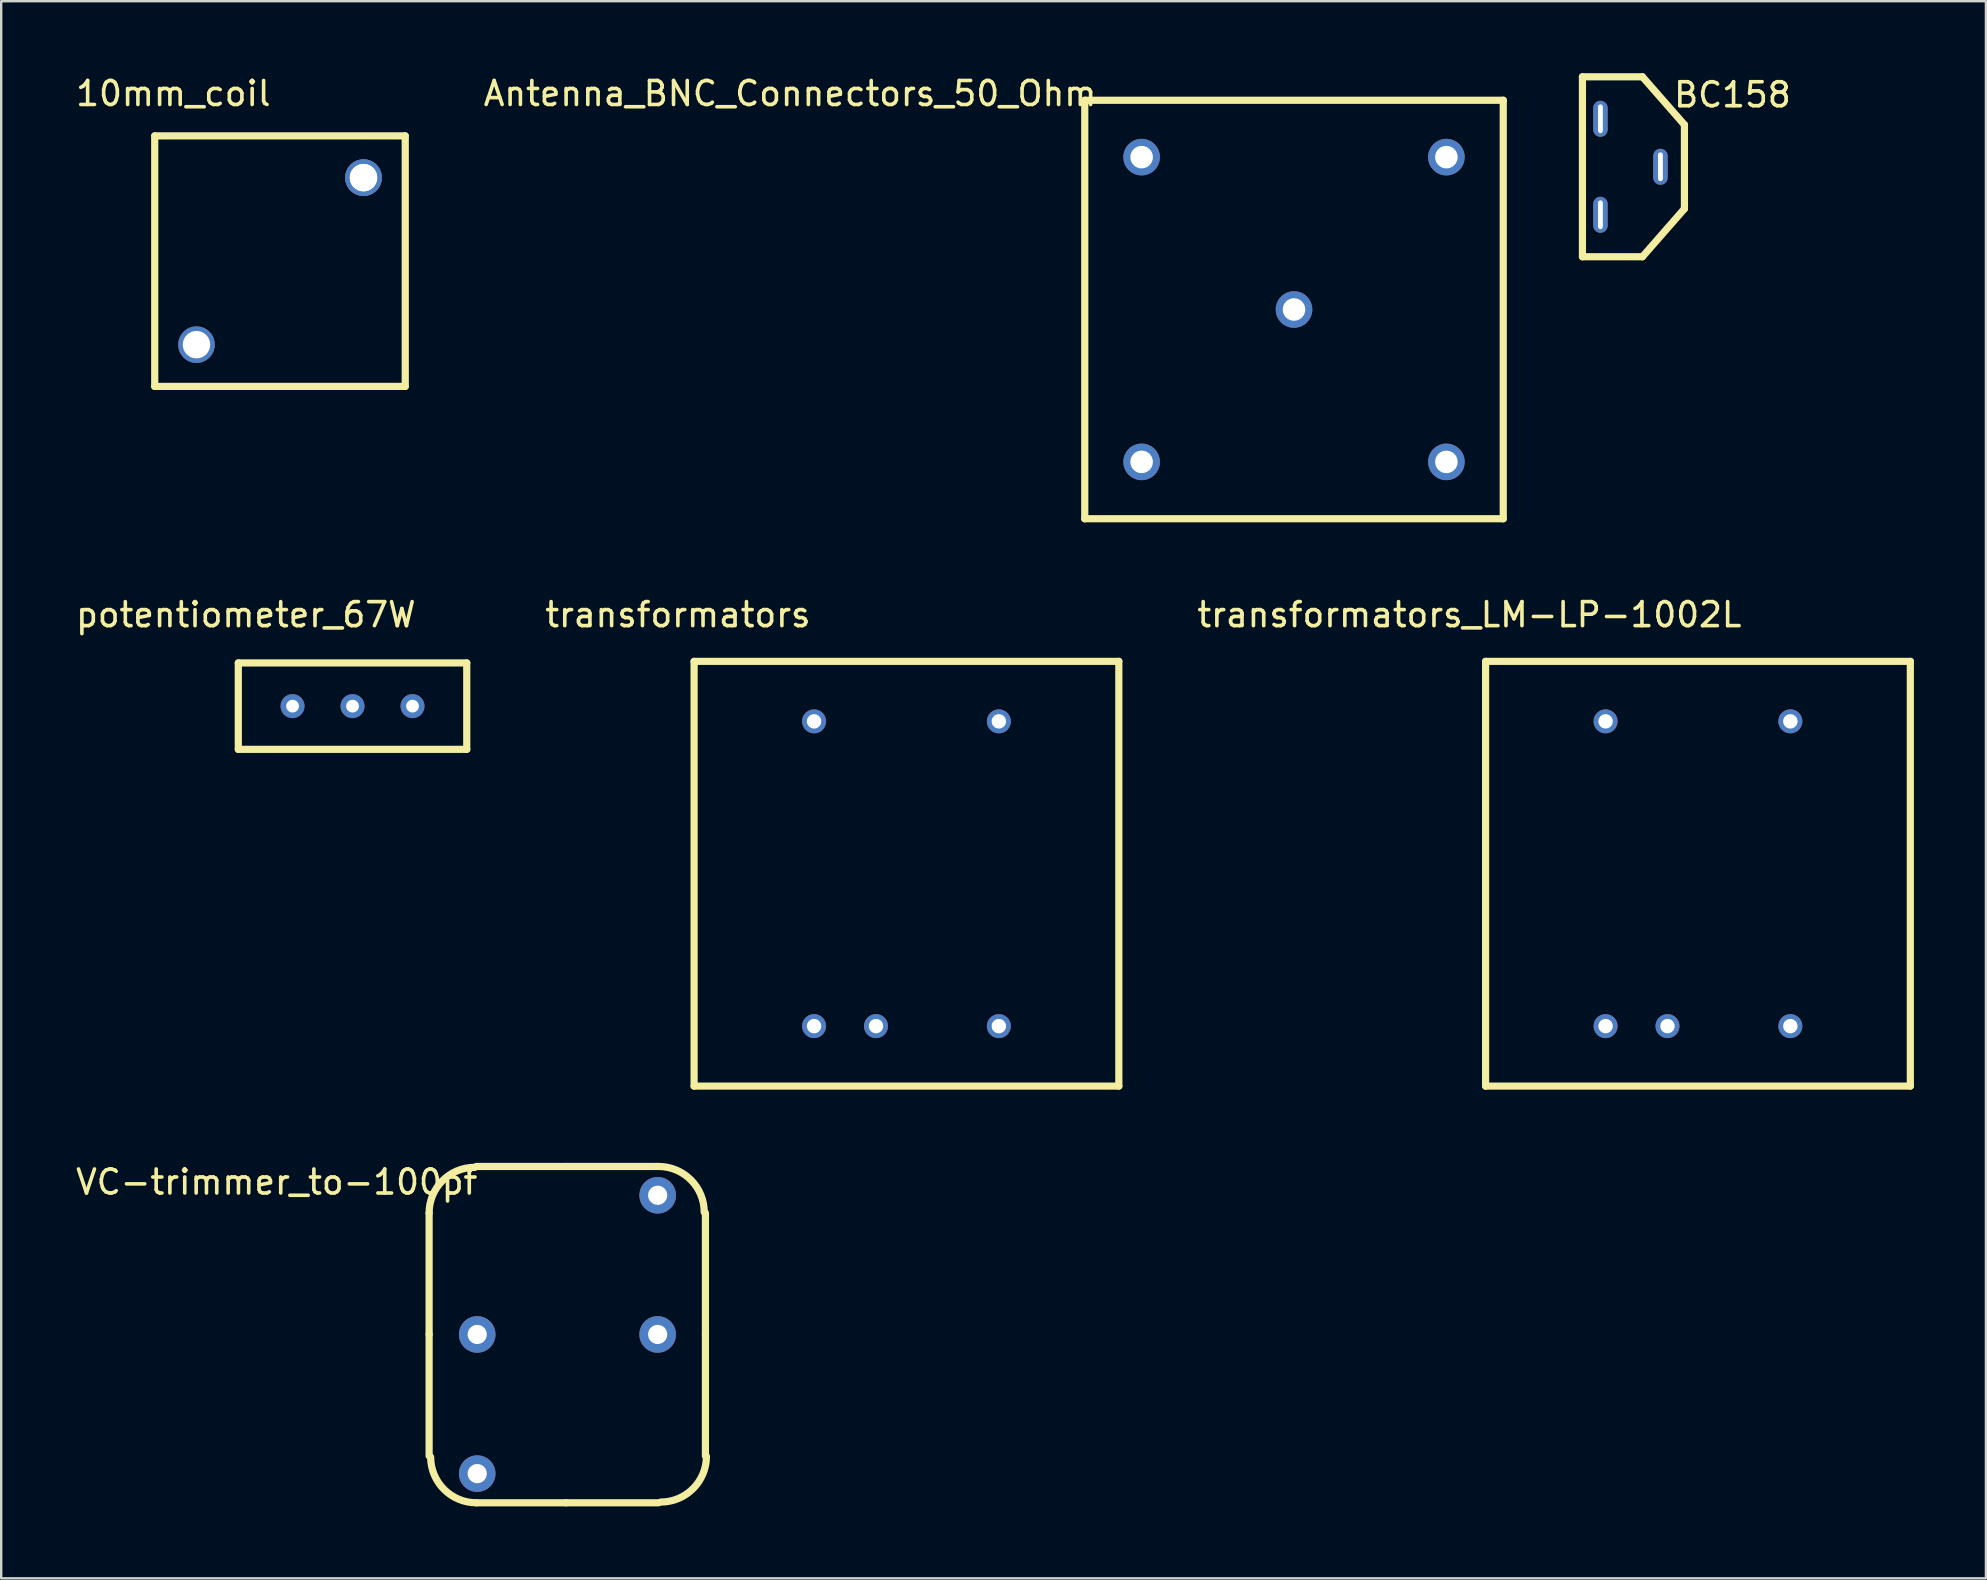
<source format=kicad_pcb>
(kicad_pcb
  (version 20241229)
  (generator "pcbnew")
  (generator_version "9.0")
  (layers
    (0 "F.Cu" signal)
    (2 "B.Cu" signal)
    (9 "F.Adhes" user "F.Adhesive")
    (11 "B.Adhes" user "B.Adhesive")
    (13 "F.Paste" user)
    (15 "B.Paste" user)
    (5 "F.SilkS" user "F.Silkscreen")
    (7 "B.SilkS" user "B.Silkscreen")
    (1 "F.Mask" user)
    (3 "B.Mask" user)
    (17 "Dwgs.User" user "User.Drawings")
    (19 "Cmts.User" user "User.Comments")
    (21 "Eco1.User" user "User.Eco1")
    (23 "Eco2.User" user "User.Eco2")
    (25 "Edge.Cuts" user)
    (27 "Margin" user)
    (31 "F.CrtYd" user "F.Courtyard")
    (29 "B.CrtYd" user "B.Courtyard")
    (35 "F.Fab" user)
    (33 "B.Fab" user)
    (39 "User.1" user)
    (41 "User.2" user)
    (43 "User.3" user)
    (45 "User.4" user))
  (footprint "VC-trimmer_to-100pf"
    (layer "F.Cu")
    (at 20.547 52.56)
    (property "Reference" "VC-trimmer_to-100pf" (at -12.065 -6.35 0) (layer "F.SilkS") (effects (font (size 1 1) (thickness 0.15))))
    (attr through_hole)
    (fp_line (start -5.715 -5.06) (end -5.715 0) (stroke (width 0.3) (type solid)) (layer "F.SilkS"))
    (fp_line (start -5.715 0) (end -5.715 5.06) (stroke (width 0.3) (type solid)) (layer "F.SilkS"))
    (fp_line (start -3.745 -7) (end 0 -7) (stroke (width 0.3) (type solid)) (layer "F.SilkS"))
    (fp_line (start -3.745 7.015) (end -0.015 7.015) (stroke (width 0.3) (type solid)) (layer "F.SilkS"))
    (fp_line (start -0.015 7.015) (end 3.845 7.015) (stroke (width 0.3) (type solid)) (layer "F.SilkS"))
    (fp_line (start 0 -7) (end 3.845 -7) (stroke (width 0.3) (type solid)) (layer "F.SilkS"))
    (fp_line (start 5.8 -5.06) (end 5.8 0) (stroke (width 0.3) (type solid)) (layer "F.SilkS"))
    (fp_line (start 5.8 0) (end 5.8 5.06) (stroke (width 0.3) (type solid)) (layer "F.SilkS"))
    (fp_arc (start -5.715 -5.06) (mid -5.157038 -6.407038) (end -3.81 -6.965) (stroke (width 0.3) (type solid)) (layer "F.SilkS"))
    (fp_arc (start -3.745 7.015) (mid -5.092038 6.457038) (end -5.65 5.11) (stroke (width 0.3) (type solid)) (layer "F.SilkS"))
    (fp_arc (start 3.845 -7) (mid 5.192038 -6.442038) (end 5.75 -5.095) (stroke (width 0.3) (type solid)) (layer "F.SilkS"))
    (fp_arc (start 5.842 5.08) (mid 5.284038 6.427038) (end 3.937 6.985) (stroke (width 0.3) (type solid)) (layer "F.SilkS"))
    (pad "" thru_hole circle (at -3.71 5.8) (size 1.524 1.524) (drill 0.8) (layers "*.Cu" "*.Mask"))
    (pad "" thru_hole circle (at 3.81 -5.8) (size 1.524 1.524) (drill 0.8) (layers "*.Cu" "*.Mask"))
    (pad "1" thru_hole circle (at -3.71 0) (size 1.524 1.524) (drill 0.8) (layers "*.Cu" "*.Mask"))
    (pad "2" thru_hole circle (at 3.81 0) (size 1.524 1.524) (drill 0.8) (layers "*.Cu" "*.Mask")))
  (footprint "transformators_LM-LP-1002L"
    (layer "F.Cu")
    (at 67.709 33.361)
    (property "Reference" "transformators_LM-LP-1002L" (at -9.525 -10.795 0) (layer "F.SilkS") (effects (font (size 1 1) (thickness 0.15))))
    (attr through_hole)
    (fp_line (start -8.85 -8.85) (end 8.85 -8.85) (stroke (width 0.3) (type solid)) (layer "F.SilkS"))
    (fp_line (start -8.85 8.85) (end -8.85 -8.85) (stroke (width 0.3) (type solid)) (layer "F.SilkS"))
    (fp_line (start -8.85 8.85) (end 8.85 8.85) (stroke (width 0.3) (type solid)) (layer "F.SilkS"))
    (fp_line (start 8.85 8.85) (end 8.85 -8.85) (stroke (width 0.3) (type solid)) (layer "F.SilkS"))
    (pad "1" thru_hole circle (at -3.85 6.35) (size 1 1) (drill 0.6) (layers "*.Cu" "*.Mask"))
    (pad "2" thru_hole circle (at -1.27 6.35) (size 1 1) (drill 0.6) (layers "*.Cu" "*.Mask"))
    (pad "3" thru_hole circle (at 3.85 6.35) (size 1 1) (drill 0.6) (layers "*.Cu" "*.Mask"))
    (pad "4" thru_hole circle (at 3.85 -6.35) (size 1 1) (drill 0.6) (layers "*.Cu" "*.Mask"))
    (pad "5" thru_hole circle (at -3.85 -6.35) (size 1 1) (drill 0.6) (layers "*.Cu" "*.Mask")))
  (footprint "transformators"
    (layer "F.Cu")
    (at 34.725 33.361)
    (property "Reference" "transformators" (at -9.525 -10.795 0) (layer "F.SilkS") (effects (font (size 1 1) (thickness 0.15))))
    (attr through_hole)
    (fp_line (start -8.85 -8.85) (end 8.85 -8.85) (stroke (width 0.3) (type solid)) (layer "F.SilkS"))
    (fp_line (start -8.85 8.85) (end -8.85 -8.85) (stroke (width 0.3) (type solid)) (layer "F.SilkS"))
    (fp_line (start -8.85 8.85) (end 8.85 8.85) (stroke (width 0.3) (type solid)) (layer "F.SilkS"))
    (fp_line (start 8.85 8.85) (end 8.85 -8.85) (stroke (width 0.3) (type solid)) (layer "F.SilkS"))
    (pad "1" thru_hole circle (at 3.85 -6.35) (size 1 1) (drill 0.6) (layers "*.Cu" "*.Mask"))
    (pad "2" thru_hole circle (at -3.85 -6.35) (size 1 1) (drill 0.6) (layers "*.Cu" "*.Mask"))
    (pad "3" thru_hole circle (at 3.85 6.35) (size 1 1) (drill 0.6) (layers "*.Cu" "*.Mask"))
    (pad "5" thru_hole circle (at -3.85 6.35) (size 1 1) (drill 0.6) (layers "*.Cu" "*.Mask"))
    (pad "6" thru_hole circle (at -1.27 6.35) (size 1 1) (drill 0.6) (layers "*.Cu" "*.Mask")))
  (footprint "potentiometer_67W"
    (layer "F.Cu")
    (at 11.641 26.377)
    (property "Reference" "potentiometer_67W" (at -4.445 -3.81 0) (layer "F.SilkS") (effects (font (size 1 1) (thickness 0.15))))
    (attr through_hole)
    (fp_line (start -4.76 -1.8) (end -4.76 1.8) (stroke (width 0.3) (type solid)) (layer "F.SilkS"))
    (fp_line (start 4.76 -1.8) (end -4.76 -1.8) (stroke (width 0.3) (type solid)) (layer "F.SilkS"))
    (fp_line (start 4.76 -1.8) (end 4.76 1.8) (stroke (width 0.3) (type solid)) (layer "F.SilkS"))
    (fp_line (start 4.76 1.8) (end -4.76 1.8) (stroke (width 0.3) (type solid)) (layer "F.SilkS"))
    (pad "1" thru_hole circle (at 2.5 0) (size 1 1) (drill 0.53) (layers "*.Cu" "*.Mask"))
    (pad "2" thru_hole circle (at 0 0) (size 1 1) (drill 0.53) (layers "*.Cu" "*.Mask"))
    (pad "3" thru_hole circle (at -2.5 0) (size 1 1) (drill 0.53) (layers "*.Cu" "*.Mask")))
  (footprint "BC158"
    (layer "F.Cu")
    (at 65.145 3.9)
    (property "Reference" "BC158" (at 4 -3 0) (layer "F.SilkS") (effects (font (size 1 1) (thickness 0.15))))
    (attr through_hole)
    (fp_line (start -2.25 -3.75) (end -2.25 3.75) (stroke (width 0.3) (type solid)) (layer "F.SilkS"))
    (fp_line (start -2.25 -3.75) (end 0.25 -3.75) (stroke (width 0.3) (type solid)) (layer "F.SilkS"))
    (fp_line (start -2.25 3.75) (end 0.25 3.75) (stroke (width 0.3) (type solid)) (layer "F.SilkS"))
    (fp_line (start 0.25 -3.75) (end 2 -1.75) (stroke (width 0.3) (type solid)) (layer "F.SilkS"))
    (fp_line (start 0.25 3.75) (end 2 1.75) (stroke (width 0.3) (type solid)) (layer "F.SilkS"))
    (fp_line (start 2 -1.75) (end 2 1.75) (stroke (width 0.3) (type solid)) (layer "F.SilkS"))
    (pad "1" thru_hole oval (at -1.5 2) (size 0.6 1.5) (drill oval 0.2 1.2) (layers "*.Cu" "*.Mask"))
    (pad "2" thru_hole oval (at 1 0) (size 0.6 1.5) (drill oval 0.2 1.2) (layers "*.Cu" "*.Mask"))
    (pad "3" thru_hole oval (at -1.5 -2) (size 0.6 1.5) (drill oval 0.2 1.2) (layers "*.Cu" "*.Mask")))
  (footprint "10mm_coil"
    (layer "F.Cu")
    (at 8.618 7.833)
    (property "Reference" "10mm_coil" (at -4.445 -6.985 0) (layer "F.SilkS") (effects (font (size 1 1) (thickness 0.15))))
    (attr through_hole)
    (fp_line (start -5.22 5.22) (end -5.22 -5.22) (stroke (width 0.3) (type solid)) (layer "F.SilkS"))
    (fp_line (start -5.22 5.22) (end 5.22 5.22) (stroke (width 0.3) (type solid)) (layer "F.SilkS"))
    (fp_line (start 5.22 -5.22) (end -5.22 -5.22) (stroke (width 0.3) (type solid)) (layer "F.SilkS"))
    (fp_line (start 5.22 -5.22) (end 5.22 5.22) (stroke (width 0.3) (type solid)) (layer "F.SilkS"))
    (pad "1" thru_hole circle (at 3.48 -3.48) (size 1.524 1.524) (drill 1.143) (layers "*.Cu" "*.Mask"))
    (pad "1" thru_hole circle (at 3.48 -3.48) (size 1.524 1.524) (drill 1.143) (layers "*.Cu" "*.Mask"))
    (pad "2" thru_hole circle (at -3.48 3.48) (size 1.524 1.524) (drill 1.143) (layers "*.Cu" "*.Mask")))
  (footprint "Antenna_BNC_Connectors_50_Ohm"
    (layer "F.Cu")
    (at 50.875 9.848)
    (property "Reference" "Antenna_BNC_Connectors_50_Ohm" (at -21 -9 0) (layer "F.SilkS") (effects (font (size 1 1) (thickness 0.15))))
    (attr through_hole)
    (fp_line (start -8.72 -8.72) (end 8.72 -8.72) (stroke (width 0.3) (type solid)) (layer "F.SilkS"))
    (fp_line (start -8.72 8.72) (end -8.72 -8.72) (stroke (width 0.3) (type solid)) (layer "F.SilkS"))
    (fp_line (start 8.72 8.72) (end -8.72 8.72) (stroke (width 0.3) (type solid)) (layer "F.SilkS"))
    (fp_line (start 8.72 8.72) (end 8.72 -8.72) (stroke (width 0.3) (type solid)) (layer "F.SilkS"))
    (pad "" thru_hole circle (at -6.35 -6.35) (size 1.524 1.524) (drill 0.94) (layers "*.Cu" "*.Mask"))
    (pad "" thru_hole circle (at -6.35 6.35) (size 1.524 1.524) (drill 0.94) (layers "*.Cu" "*.Mask"))
    (pad "" thru_hole circle (at 6.35 -6.35) (size 1.524 1.524) (drill 0.94) (layers "*.Cu" "*.Mask"))
    (pad "" thru_hole circle (at 6.35 6.35) (size 1.524 1.524) (drill 0.94) (layers "*.Cu" "*.Mask"))
    (pad "1" thru_hole circle (at 0 0) (size 1.524 1.524) (drill 0.94) (layers "*.Cu" "*.Mask")))
  (gr_rect
    (start -3 -3)
    (end 79.709 62.725)
    (stroke (width 0.1) (type default))
    (fill no)
    (layer "Edge.Cuts")))
</source>
